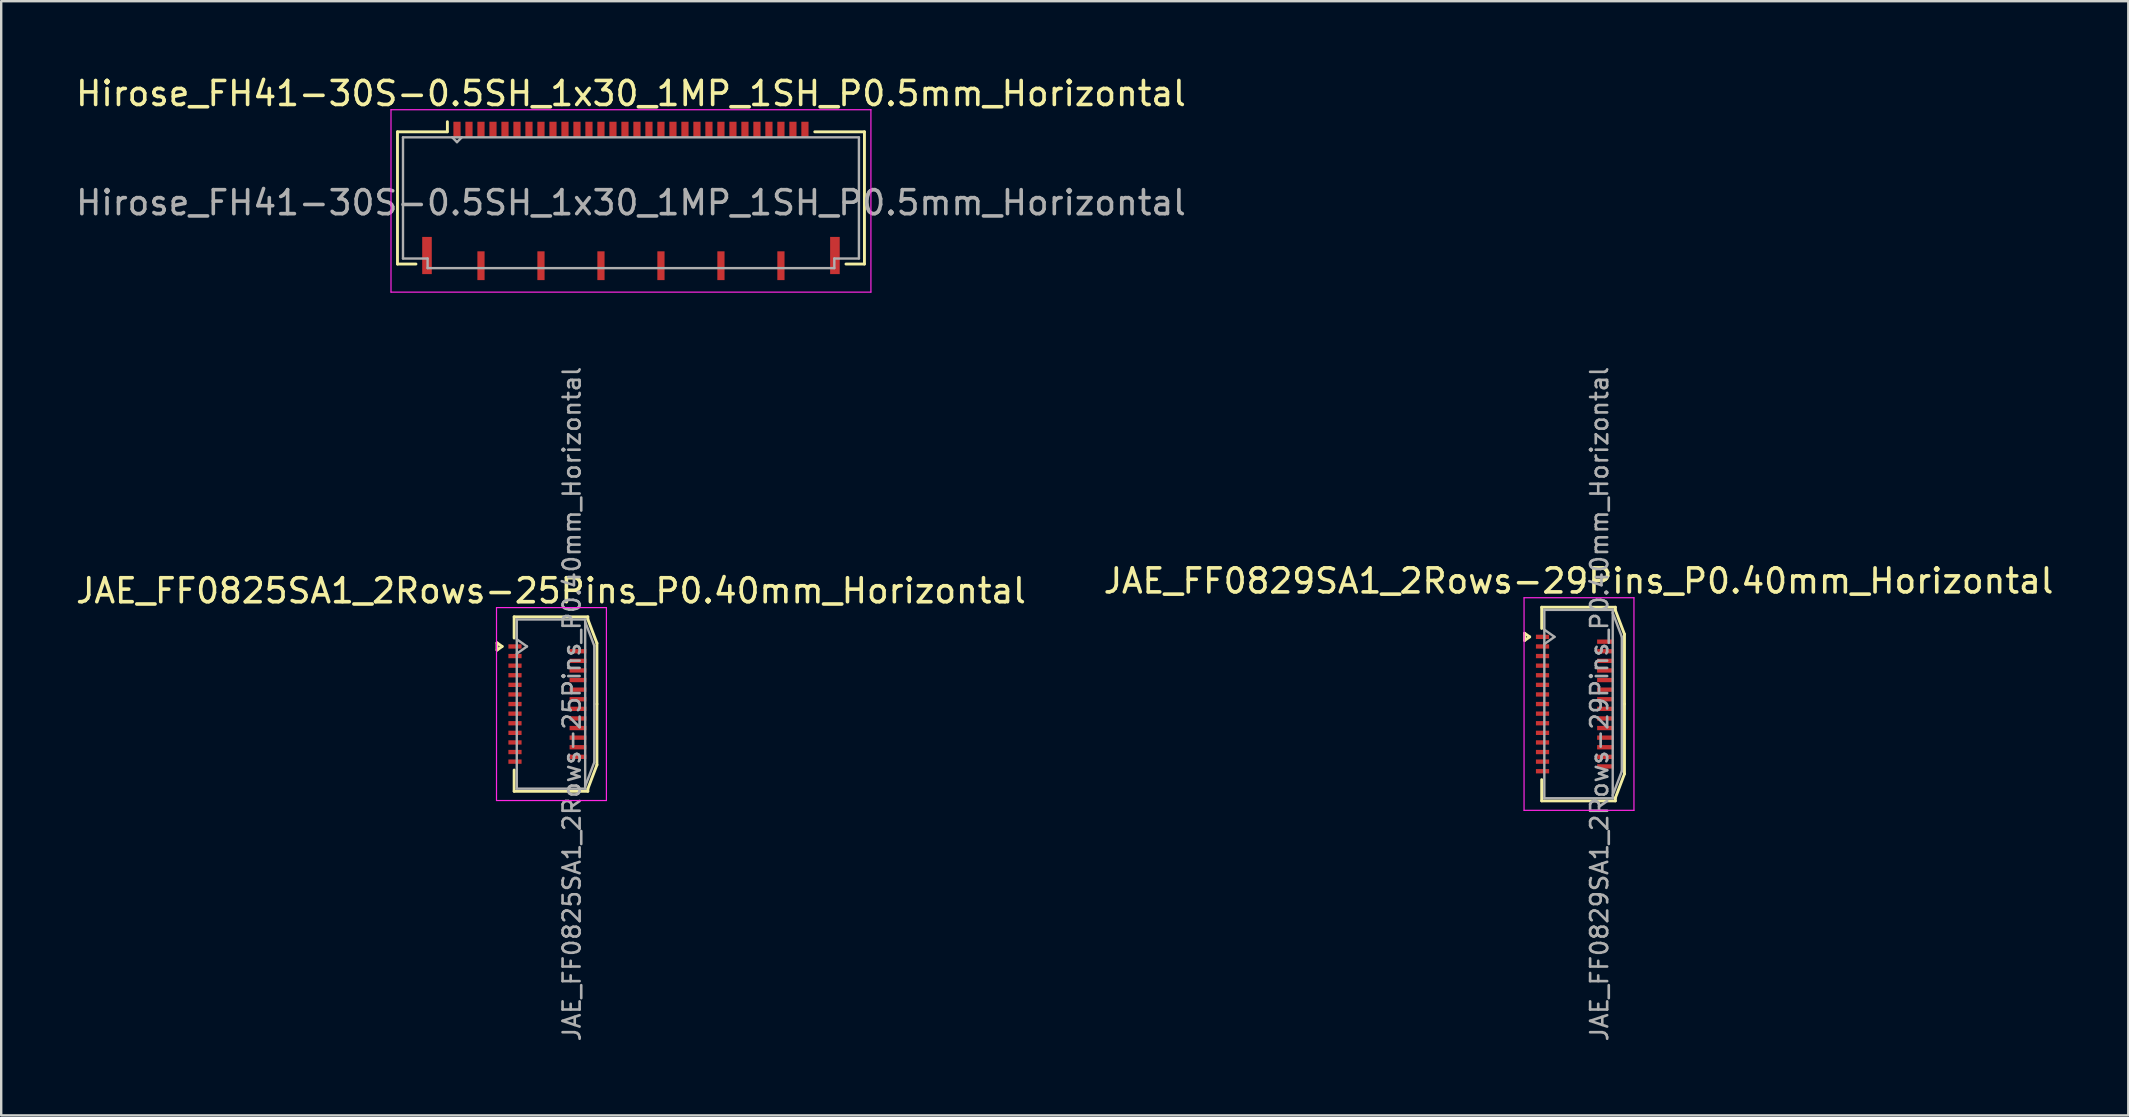
<source format=kicad_pcb>
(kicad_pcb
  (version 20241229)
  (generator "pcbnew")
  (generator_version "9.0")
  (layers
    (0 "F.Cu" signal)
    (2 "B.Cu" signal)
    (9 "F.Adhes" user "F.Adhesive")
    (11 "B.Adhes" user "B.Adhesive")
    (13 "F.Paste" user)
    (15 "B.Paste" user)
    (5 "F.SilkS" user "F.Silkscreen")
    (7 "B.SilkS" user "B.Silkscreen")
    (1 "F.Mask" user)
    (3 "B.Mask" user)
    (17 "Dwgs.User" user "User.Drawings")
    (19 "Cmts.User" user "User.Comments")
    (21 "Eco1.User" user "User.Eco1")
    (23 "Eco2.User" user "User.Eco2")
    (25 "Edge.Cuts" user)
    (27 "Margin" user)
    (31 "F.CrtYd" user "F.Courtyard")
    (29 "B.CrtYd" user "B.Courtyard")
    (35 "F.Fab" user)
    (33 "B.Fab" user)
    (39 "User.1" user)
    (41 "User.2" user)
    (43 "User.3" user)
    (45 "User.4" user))
  (footprint "JAE_FF0829SA1_2Rows-29Pins_P0.40mm_Horizontal"
    (layer "F.Cu")
    (at 62.582 26.29)
    (property "Reference" "JAE_FF0829SA1_2Rows-29Pins_P0.40mm_Horizontal" (at 0.15 -5.13 0) (layer "F.SilkS") (effects (font (size 1 1) (thickness 0.15))))
    (attr smd)
    (fp_line (start -2.097 -2.95) (end -1.885 -2.8) (stroke (width 0.12) (type solid)) (layer "F.SilkS"))
    (fp_line (start -2.097 -2.65) (end -2.097 -2.95) (stroke (width 0.12) (type solid)) (layer "F.SilkS"))
    (fp_line (start -1.885 -2.8) (end -2.097 -2.65) (stroke (width 0.12) (type solid)) (layer "F.SilkS"))
    (fp_line (start -1.385 -4.035) (end 1.685 -4.035) (stroke (width 0.12) (type solid)) (layer "F.SilkS"))
    (fp_line (start -1.385 -3.15) (end -1.385 -4.035) (stroke (width 0.12) (type solid)) (layer "F.SilkS"))
    (fp_line (start -1.385 3.15) (end -1.385 4.035) (stroke (width 0.12) (type solid)) (layer "F.SilkS"))
    (fp_line (start -1.385 4.035) (end 1.685 4.035) (stroke (width 0.12) (type solid)) (layer "F.SilkS"))
    (fp_line (start 1.685 -4.035) (end 1.685 -3.91) (stroke (width 0.12) (type solid)) (layer "F.SilkS"))
    (fp_line (start 1.685 -3.91) (end 2.065 -2.91) (stroke (width 0.12) (type solid)) (layer "F.SilkS"))
    (fp_line (start 1.685 3.91) (end 2.065 2.91) (stroke (width 0.12) (type solid)) (layer "F.SilkS"))
    (fp_line (start 1.685 4.035) (end 1.685 3.91) (stroke (width 0.12) (type solid)) (layer "F.SilkS"))
    (fp_line (start 2.065 -2.91) (end 2.065 0) (stroke (width 0.12) (type solid)) (layer "F.SilkS"))
    (fp_line (start 2.065 2.91) (end 2.065 0) (stroke (width 0.12) (type solid)) (layer "F.SilkS"))
    (fp_line (start -2.12 -4.43) (end -2.12 4.43) (stroke (width 0.05) (type solid)) (layer "F.CrtYd"))
    (fp_line (start -2.12 4.43) (end 2.46 4.43) (stroke (width 0.05) (type solid)) (layer "F.CrtYd"))
    (fp_line (start 2.46 -4.43) (end -2.12 -4.43) (stroke (width 0.05) (type solid)) (layer "F.CrtYd"))
    (fp_line (start 2.46 4.43) (end 2.46 -4.43) (stroke (width 0.05) (type solid)) (layer "F.CrtYd"))
    (fp_line (start -1.275 -3.925) (end -1.275 3.925) (stroke (width 0.1) (type solid)) (layer "F.Fab"))
    (fp_line (start -1.275 -3.1) (end -0.851 -2.8) (stroke (width 0.1) (type solid)) (layer "F.Fab"))
    (fp_line (start -1.275 3.925) (end 1.575 3.925) (stroke (width 0.1) (type solid)) (layer "F.Fab"))
    (fp_line (start -0.851 -2.8) (end -1.275 -2.5) (stroke (width 0.1) (type solid)) (layer "F.Fab"))
    (fp_line (start 1.575 -3.925) (end -1.275 -3.925) (stroke (width 0.1) (type solid)) (layer "F.Fab"))
    (fp_line (start 1.575 -3.8) (end 1.955 -2.8) (stroke (width 0.1) (type solid)) (layer "F.Fab"))
    (fp_line (start 1.575 3.925) (end 1.575 -3.925) (stroke (width 0.1) (type solid)) (layer "F.Fab"))
    (fp_line (start 1.955 -2.8) (end 1.955 2.8) (stroke (width 0.1) (type solid)) (layer "F.Fab"))
    (fp_line (start 1.955 2.8) (end 1.575 3.8) (stroke (width 0.1) (type solid)) (layer "F.Fab"))
    (fp_text user "${REFERENCE}" (at 1.02 0 90) (layer "F.Fab") (effects (font (size 0.71 0.71) (thickness 0.11))))
    (pad "1" smd rect (at -1.35 -2.8) (size 0.55 0.18) (layers "F.Cu" "F.Mask" "F.Paste"))
    (pad "2" smd rect (at 1.275 -2.6) (size 0.7 0.18) (layers "F.Cu" "F.Mask" "F.Paste"))
    (pad "3" smd rect (at -1.35 -2.4) (size 0.55 0.18) (layers "F.Cu" "F.Mask" "F.Paste"))
    (pad "4" smd rect (at 1.275 -2.2) (size 0.7 0.18) (layers "F.Cu" "F.Mask" "F.Paste"))
    (pad "5" smd rect (at -1.35 -2) (size 0.55 0.18) (layers "F.Cu" "F.Mask" "F.Paste"))
    (pad "6" smd rect (at 1.275 -1.8) (size 0.7 0.18) (layers "F.Cu" "F.Mask" "F.Paste"))
    (pad "7" smd rect (at -1.35 -1.6) (size 0.55 0.18) (layers "F.Cu" "F.Mask" "F.Paste"))
    (pad "8" smd rect (at 1.275 -1.4) (size 0.7 0.18) (layers "F.Cu" "F.Mask" "F.Paste"))
    (pad "9" smd rect (at -1.35 -1.2) (size 0.55 0.18) (layers "F.Cu" "F.Mask" "F.Paste"))
    (pad "10" smd rect (at 1.275 -1) (size 0.7 0.18) (layers "F.Cu" "F.Mask" "F.Paste"))
    (pad "11" smd rect (at -1.35 -0.8) (size 0.55 0.18) (layers "F.Cu" "F.Mask" "F.Paste"))
    (pad "12" smd rect (at 1.275 -0.6) (size 0.7 0.18) (layers "F.Cu" "F.Mask" "F.Paste"))
    (pad "13" smd rect (at -1.35 -0.4) (size 0.55 0.18) (layers "F.Cu" "F.Mask" "F.Paste"))
    (pad "14" smd rect (at 1.275 -0.2) (size 0.7 0.18) (layers "F.Cu" "F.Mask" "F.Paste"))
    (pad "15" smd rect (at -1.35 0) (size 0.55 0.18) (layers "F.Cu" "F.Mask" "F.Paste"))
    (pad "16" smd rect (at 1.275 0.2) (size 0.7 0.18) (layers "F.Cu" "F.Mask" "F.Paste"))
    (pad "17" smd rect (at -1.35 0.4) (size 0.55 0.18) (layers "F.Cu" "F.Mask" "F.Paste"))
    (pad "18" smd rect (at 1.275 0.6) (size 0.7 0.18) (layers "F.Cu" "F.Mask" "F.Paste"))
    (pad "19" smd rect (at -1.35 0.8) (size 0.55 0.18) (layers "F.Cu" "F.Mask" "F.Paste"))
    (pad "20" smd rect (at 1.275 1) (size 0.7 0.18) (layers "F.Cu" "F.Mask" "F.Paste"))
    (pad "21" smd rect (at -1.35 1.2) (size 0.55 0.18) (layers "F.Cu" "F.Mask" "F.Paste"))
    (pad "22" smd rect (at 1.275 1.4) (size 0.7 0.18) (layers "F.Cu" "F.Mask" "F.Paste"))
    (pad "23" smd rect (at -1.35 1.6) (size 0.55 0.18) (layers "F.Cu" "F.Mask" "F.Paste"))
    (pad "24" smd rect (at 1.275 1.8) (size 0.7 0.18) (layers "F.Cu" "F.Mask" "F.Paste"))
    (pad "25" smd rect (at -1.35 2) (size 0.55 0.18) (layers "F.Cu" "F.Mask" "F.Paste"))
    (pad "26" smd rect (at 1.275 2.2) (size 0.7 0.18) (layers "F.Cu" "F.Mask" "F.Paste"))
    (pad "27" smd rect (at -1.35 2.4) (size 0.55 0.18) (layers "F.Cu" "F.Mask" "F.Paste"))
    (pad "28" smd rect (at 1.275 2.6) (size 0.7 0.18) (layers "F.Cu" "F.Mask" "F.Paste"))
    (pad "29" smd rect (at -1.35 2.8) (size 0.55 0.18) (layers "F.Cu" "F.Mask" "F.Paste")))
  (footprint "JAE_FF0825SA1_2Rows-25Pins_P0.40mm_Horizontal"
    (layer "F.Cu")
    (at 19.761 26.29)
    (property "Reference" "JAE_FF0825SA1_2Rows-25Pins_P0.40mm_Horizontal" (at 0.15 -4.72 0) (layer "F.SilkS") (effects (font (size 1 1) (thickness 0.15))))
    (attr smd)
    (fp_line (start -2.097 -2.55) (end -1.885 -2.4) (stroke (width 0.12) (type solid)) (layer "F.SilkS"))
    (fp_line (start -2.097 -2.25) (end -2.097 -2.55) (stroke (width 0.12) (type solid)) (layer "F.SilkS"))
    (fp_line (start -1.885 -2.4) (end -2.097 -2.25) (stroke (width 0.12) (type solid)) (layer "F.SilkS"))
    (fp_line (start -1.385 -3.635) (end 1.685 -3.635) (stroke (width 0.12) (type solid)) (layer "F.SilkS"))
    (fp_line (start -1.385 -2.75) (end -1.385 -3.635) (stroke (width 0.12) (type solid)) (layer "F.SilkS"))
    (fp_line (start -1.385 2.75) (end -1.385 3.635) (stroke (width 0.12) (type solid)) (layer "F.SilkS"))
    (fp_line (start -1.385 3.635) (end 1.685 3.635) (stroke (width 0.12) (type solid)) (layer "F.SilkS"))
    (fp_line (start 1.685 -3.635) (end 1.685 -3.535) (stroke (width 0.12) (type solid)) (layer "F.SilkS"))
    (fp_line (start 1.685 -3.535) (end 2.065 -2.535) (stroke (width 0.12) (type solid)) (layer "F.SilkS"))
    (fp_line (start 1.685 3.535) (end 2.065 2.535) (stroke (width 0.12) (type solid)) (layer "F.SilkS"))
    (fp_line (start 1.685 3.635) (end 1.685 3.535) (stroke (width 0.12) (type solid)) (layer "F.SilkS"))
    (fp_line (start 2.065 -2.535) (end 2.065 0) (stroke (width 0.12) (type solid)) (layer "F.SilkS"))
    (fp_line (start 2.065 2.535) (end 2.065 0) (stroke (width 0.12) (type solid)) (layer "F.SilkS"))
    (fp_line (start -2.12 -4.02) (end -2.12 4.02) (stroke (width 0.05) (type solid)) (layer "F.CrtYd"))
    (fp_line (start -2.12 4.02) (end 2.46 4.02) (stroke (width 0.05) (type solid)) (layer "F.CrtYd"))
    (fp_line (start 2.46 -4.02) (end -2.12 -4.02) (stroke (width 0.05) (type solid)) (layer "F.CrtYd"))
    (fp_line (start 2.46 4.02) (end 2.46 -4.02) (stroke (width 0.05) (type solid)) (layer "F.CrtYd"))
    (fp_line (start -1.275 -3.525) (end -1.275 3.525) (stroke (width 0.1) (type solid)) (layer "F.Fab"))
    (fp_line (start -1.275 -2.7) (end -0.851 -2.4) (stroke (width 0.1) (type solid)) (layer "F.Fab"))
    (fp_line (start -1.275 3.525) (end 1.575 3.525) (stroke (width 0.1) (type solid)) (layer "F.Fab"))
    (fp_line (start -0.851 -2.4) (end -1.275 -2.1) (stroke (width 0.1) (type solid)) (layer "F.Fab"))
    (fp_line (start 1.575 -3.525) (end -1.275 -3.525) (stroke (width 0.1) (type solid)) (layer "F.Fab"))
    (fp_line (start 1.575 -3.425) (end 1.955 -2.425) (stroke (width 0.1) (type solid)) (layer "F.Fab"))
    (fp_line (start 1.575 3.525) (end 1.575 -3.525) (stroke (width 0.1) (type solid)) (layer "F.Fab"))
    (fp_line (start 1.955 -2.425) (end 1.955 2.425) (stroke (width 0.1) (type solid)) (layer "F.Fab"))
    (fp_line (start 1.955 2.425) (end 1.575 3.425) (stroke (width 0.1) (type solid)) (layer "F.Fab"))
    (fp_text user "${REFERENCE}" (at 1.02 0 90) (layer "F.Fab") (effects (font (size 0.71 0.71) (thickness 0.11))))
    (pad "1" smd rect (at -1.35 -2.4) (size 0.55 0.18) (layers "F.Cu" "F.Mask" "F.Paste"))
    (pad "2" smd rect (at 1.275 -2.2) (size 0.7 0.18) (layers "F.Cu" "F.Mask" "F.Paste"))
    (pad "3" smd rect (at -1.35 -2) (size 0.55 0.18) (layers "F.Cu" "F.Mask" "F.Paste"))
    (pad "4" smd rect (at 1.275 -1.8) (size 0.7 0.18) (layers "F.Cu" "F.Mask" "F.Paste"))
    (pad "5" smd rect (at -1.35 -1.6) (size 0.55 0.18) (layers "F.Cu" "F.Mask" "F.Paste"))
    (pad "6" smd rect (at 1.275 -1.4) (size 0.7 0.18) (layers "F.Cu" "F.Mask" "F.Paste"))
    (pad "7" smd rect (at -1.35 -1.2) (size 0.55 0.18) (layers "F.Cu" "F.Mask" "F.Paste"))
    (pad "8" smd rect (at 1.275 -1) (size 0.7 0.18) (layers "F.Cu" "F.Mask" "F.Paste"))
    (pad "9" smd rect (at -1.35 -0.8) (size 0.55 0.18) (layers "F.Cu" "F.Mask" "F.Paste"))
    (pad "10" smd rect (at 1.275 -0.6) (size 0.7 0.18) (layers "F.Cu" "F.Mask" "F.Paste"))
    (pad "11" smd rect (at -1.35 -0.4) (size 0.55 0.18) (layers "F.Cu" "F.Mask" "F.Paste"))
    (pad "12" smd rect (at 1.275 -0.2) (size 0.7 0.18) (layers "F.Cu" "F.Mask" "F.Paste"))
    (pad "13" smd rect (at -1.35 0) (size 0.55 0.18) (layers "F.Cu" "F.Mask" "F.Paste"))
    (pad "14" smd rect (at 1.275 0.2) (size 0.7 0.18) (layers "F.Cu" "F.Mask" "F.Paste"))
    (pad "15" smd rect (at -1.35 0.4) (size 0.55 0.18) (layers "F.Cu" "F.Mask" "F.Paste"))
    (pad "16" smd rect (at 1.275 0.6) (size 0.7 0.18) (layers "F.Cu" "F.Mask" "F.Paste"))
    (pad "17" smd rect (at -1.35 0.8) (size 0.55 0.18) (layers "F.Cu" "F.Mask" "F.Paste"))
    (pad "18" smd rect (at 1.275 1) (size 0.7 0.18) (layers "F.Cu" "F.Mask" "F.Paste"))
    (pad "19" smd rect (at -1.35 1.2) (size 0.55 0.18) (layers "F.Cu" "F.Mask" "F.Paste"))
    (pad "20" smd rect (at 1.275 1.4) (size 0.7 0.18) (layers "F.Cu" "F.Mask" "F.Paste"))
    (pad "21" smd rect (at -1.35 1.6) (size 0.55 0.18) (layers "F.Cu" "F.Mask" "F.Paste"))
    (pad "22" smd rect (at 1.275 1.8) (size 0.7 0.18) (layers "F.Cu" "F.Mask" "F.Paste"))
    (pad "23" smd rect (at -1.35 2) (size 0.55 0.18) (layers "F.Cu" "F.Mask" "F.Paste"))
    (pad "24" smd rect (at 1.275 2.2) (size 0.7 0.18) (layers "F.Cu" "F.Mask" "F.Paste"))
    (pad "25" smd rect (at -1.35 2.4) (size 0.55 0.18) (layers "F.Cu" "F.Mask" "F.Paste")))
  (footprint "Hirose_FH41-30S-0.5SH_1x30_1MP_1SH_P0.5mm_Horizontal"
    (layer "F.Cu")
    (at 23.244 5.323)
    (property "Reference" "Hirose_FH41-30S-0.5SH_1x30_1MP_1SH_P0.5mm_Horizontal" (at 0 -4.475 0) (layer "F.SilkS") (effects (font (size 1 1) (thickness 0.15))))
    (attr smd)
    (fp_line (start -9.73 -2.88) (end -9.73 2.63) (stroke (width 0.12) (type solid)) (layer "F.SilkS"))
    (fp_line (start -9.73 2.63) (end -8.96 2.63) (stroke (width 0.12) (type solid)) (layer "F.SilkS"))
    (fp_line (start -7.66 -2.88) (end -9.73 -2.88) (stroke (width 0.12) (type solid)) (layer "F.SilkS"))
    (fp_line (start -7.65 -2.88) (end -7.65 -3.3) (stroke (width 0.12) (type solid)) (layer "F.SilkS"))
    (fp_line (start 7.66 -2.88) (end 9.73 -2.88) (stroke (width 0.12) (type solid)) (layer "F.SilkS"))
    (fp_line (start 9.73 -2.88) (end 9.73 2.63) (stroke (width 0.12) (type solid)) (layer "F.SilkS"))
    (fp_line (start 9.73 2.63) (end 8.96 2.63) (stroke (width 0.12) (type solid)) (layer "F.SilkS"))
    (fp_line (start -10 -3.8) (end -10 3.8) (stroke (width 0.05) (type solid)) (layer "F.CrtYd"))
    (fp_line (start -10 -3.8) (end 10 -3.8) (stroke (width 0.05) (type solid)) (layer "F.CrtYd"))
    (fp_line (start -10 3.8) (end 10 3.8) (stroke (width 0.05) (type solid)) (layer "F.CrtYd"))
    (fp_line (start 10 -3.8) (end 10 3.8) (stroke (width 0.05) (type solid)) (layer "F.CrtYd"))
    (fp_line (start -9.5 -2.65) (end 9.5 -2.65) (stroke (width 0.1) (type solid)) (layer "F.Fab"))
    (fp_line (start -9.5 2.4) (end -9.5 -2.65) (stroke (width 0.1) (type solid)) (layer "F.Fab"))
    (fp_line (start -8.475 2.4) (end -9.5 2.4) (stroke (width 0.1) (type solid)) (layer "F.Fab"))
    (fp_line (start -8.475 2.8) (end -8.475 2.4) (stroke (width 0.1) (type solid)) (layer "F.Fab"))
    (fp_line (start -7.45 -2.65) (end -7.25 -2.45) (stroke (width 0.1) (type solid)) (layer "F.Fab"))
    (fp_line (start -7.25 -2.45) (end -7.05 -2.65) (stroke (width 0.1) (type solid)) (layer "F.Fab"))
    (fp_line (start 8.475 2.4) (end 8.475 2.8) (stroke (width 0.1) (type solid)) (layer "F.Fab"))
    (fp_line (start 8.475 2.8) (end -8.475 2.8) (stroke (width 0.1) (type solid)) (layer "F.Fab"))
    (fp_line (start 9.5 -2.65) (end 9.5 2.4) (stroke (width 0.1) (type solid)) (layer "F.Fab"))
    (fp_line (start 9.5 2.4) (end 8.475 2.4) (stroke (width 0.1) (type solid)) (layer "F.Fab"))
    (fp_text user "${REFERENCE}" (at 0 0.075 0) (layer "F.Fab") (effects (font (size 1 1) (thickness 0.15))))
    (pad "1" smd rect (at -7.25 -2.975) (size 0.3 0.65) (layers "F.Cu" "F.Mask" "F.Paste"))
    (pad "2" smd rect (at -6.75 -2.975) (size 0.3 0.65) (layers "F.Cu" "F.Mask" "F.Paste"))
    (pad "3" smd rect (at -6.25 -2.975) (size 0.3 0.65) (layers "F.Cu" "F.Mask" "F.Paste"))
    (pad "4" smd rect (at -5.75 -2.975) (size 0.3 0.65) (layers "F.Cu" "F.Mask" "F.Paste"))
    (pad "5" smd rect (at -5.25 -2.975) (size 0.3 0.65) (layers "F.Cu" "F.Mask" "F.Paste"))
    (pad "6" smd rect (at -4.75 -2.975) (size 0.3 0.65) (layers "F.Cu" "F.Mask" "F.Paste"))
    (pad "7" smd rect (at -4.25 -2.975) (size 0.3 0.65) (layers "F.Cu" "F.Mask" "F.Paste"))
    (pad "8" smd rect (at -3.75 -2.975) (size 0.3 0.65) (layers "F.Cu" "F.Mask" "F.Paste"))
    (pad "9" smd rect (at -3.25 -2.975) (size 0.3 0.65) (layers "F.Cu" "F.Mask" "F.Paste"))
    (pad "10" smd rect (at -2.75 -2.975) (size 0.3 0.65) (layers "F.Cu" "F.Mask" "F.Paste"))
    (pad "11" smd rect (at -2.25 -2.975) (size 0.3 0.65) (layers "F.Cu" "F.Mask" "F.Paste"))
    (pad "12" smd rect (at -1.75 -2.975) (size 0.3 0.65) (layers "F.Cu" "F.Mask" "F.Paste"))
    (pad "13" smd rect (at -1.25 -2.975) (size 0.3 0.65) (layers "F.Cu" "F.Mask" "F.Paste"))
    (pad "14" smd rect (at -0.75 -2.975) (size 0.3 0.65) (layers "F.Cu" "F.Mask" "F.Paste"))
    (pad "15" smd rect (at -0.25 -2.975) (size 0.3 0.65) (layers "F.Cu" "F.Mask" "F.Paste"))
    (pad "16" smd rect (at 0.25 -2.975) (size 0.3 0.65) (layers "F.Cu" "F.Mask" "F.Paste"))
    (pad "17" smd rect (at 0.75 -2.975) (size 0.3 0.65) (layers "F.Cu" "F.Mask" "F.Paste"))
    (pad "18" smd rect (at 1.25 -2.975) (size 0.3 0.65) (layers "F.Cu" "F.Mask" "F.Paste"))
    (pad "19" smd rect (at 1.75 -2.975) (size 0.3 0.65) (layers "F.Cu" "F.Mask" "F.Paste"))
    (pad "20" smd rect (at 2.25 -2.975) (size 0.3 0.65) (layers "F.Cu" "F.Mask" "F.Paste"))
    (pad "21" smd rect (at 2.75 -2.975) (size 0.3 0.65) (layers "F.Cu" "F.Mask" "F.Paste"))
    (pad "22" smd rect (at 3.25 -2.975) (size 0.3 0.65) (layers "F.Cu" "F.Mask" "F.Paste"))
    (pad "23" smd rect (at 3.75 -2.975) (size 0.3 0.65) (layers "F.Cu" "F.Mask" "F.Paste"))
    (pad "24" smd rect (at 4.25 -2.975) (size 0.3 0.65) (layers "F.Cu" "F.Mask" "F.Paste"))
    (pad "25" smd rect (at 4.75 -2.975) (size 0.3 0.65) (layers "F.Cu" "F.Mask" "F.Paste"))
    (pad "26" smd rect (at 5.25 -2.975) (size 0.3 0.65) (layers "F.Cu" "F.Mask" "F.Paste"))
    (pad "27" smd rect (at 5.75 -2.975) (size 0.3 0.65) (layers "F.Cu" "F.Mask" "F.Paste"))
    (pad "28" smd rect (at 6.25 -2.975) (size 0.3 0.65) (layers "F.Cu" "F.Mask" "F.Paste"))
    (pad "29" smd rect (at 6.75 -2.975) (size 0.3 0.65) (layers "F.Cu" "F.Mask" "F.Paste"))
    (pad "30" smd rect (at 7.25 -2.975) (size 0.3 0.65) (layers "F.Cu" "F.Mask" "F.Paste"))
    (pad "MP" smd rect (at -8.5 2.275) (size 0.4 1.55) (layers "F.Cu" "F.Mask" "F.Paste"))
    (pad "MP" smd rect (at 8.5 2.275) (size 0.4 1.55) (layers "F.Cu" "F.Mask" "F.Paste"))
    (pad "SH" smd rect (at -6.25 2.7) (size 0.3 1.2) (layers "F.Cu" "F.Mask" "F.Paste"))
    (pad "SH" smd rect (at -3.75 2.7) (size 0.3 1.2) (layers "F.Cu" "F.Mask" "F.Paste"))
    (pad "SH" smd rect (at -1.25 2.7) (size 0.3 1.2) (layers "F.Cu" "F.Mask" "F.Paste"))
    (pad "SH" smd rect (at 1.25 2.7) (size 0.3 1.2) (layers "F.Cu" "F.Mask" "F.Paste"))
    (pad "SH" smd rect (at 3.75 2.7) (size 0.3 1.2) (layers "F.Cu" "F.Mask" "F.Paste"))
    (pad "SH" smd rect (at 6.25 2.7) (size 0.3 1.2) (layers "F.Cu" "F.Mask" "F.Paste")))
  (gr_rect
    (start -3 -3)
    (end 85.643 43.432)
    (stroke (width 0.1) (type default))
    (fill no)
    (layer "Edge.Cuts")))
</source>
